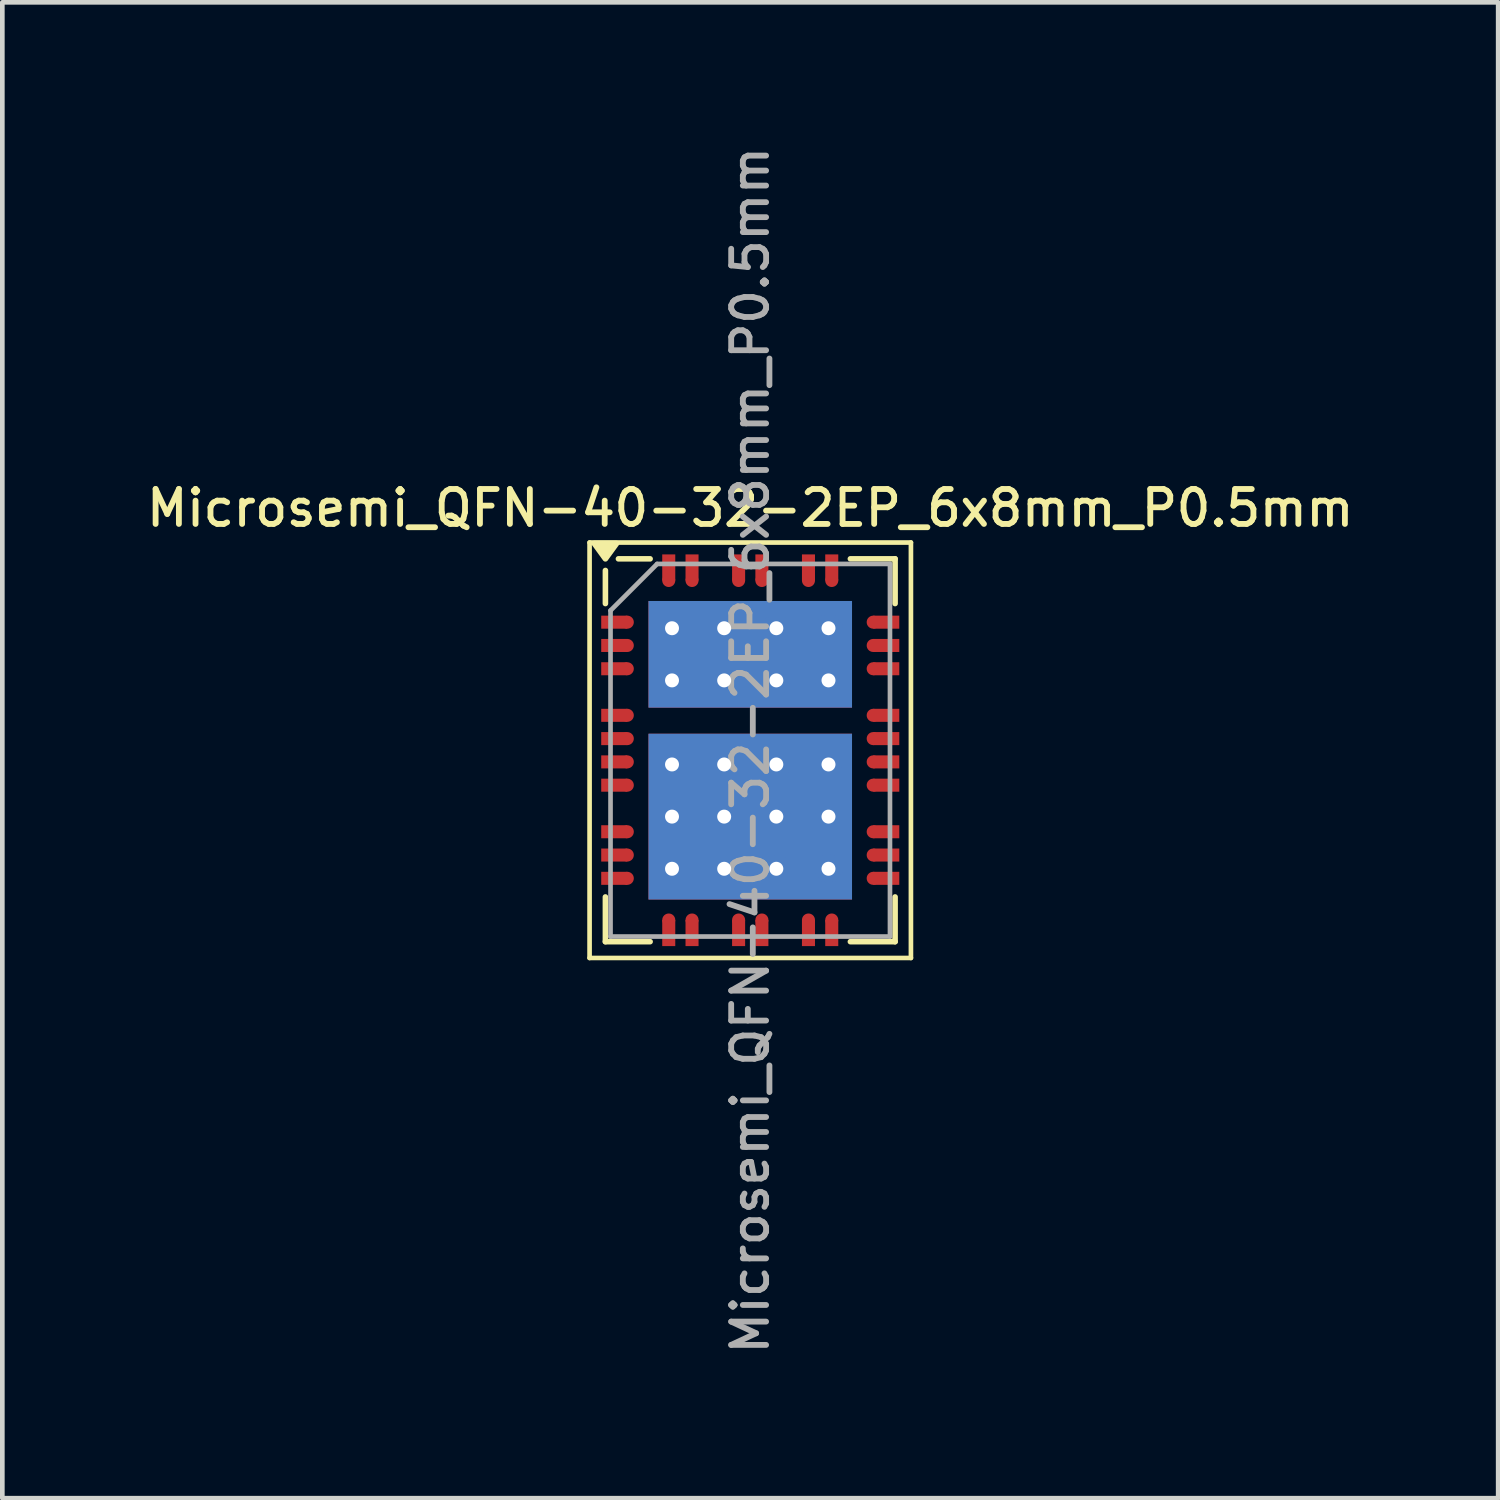
<source format=kicad_pcb>
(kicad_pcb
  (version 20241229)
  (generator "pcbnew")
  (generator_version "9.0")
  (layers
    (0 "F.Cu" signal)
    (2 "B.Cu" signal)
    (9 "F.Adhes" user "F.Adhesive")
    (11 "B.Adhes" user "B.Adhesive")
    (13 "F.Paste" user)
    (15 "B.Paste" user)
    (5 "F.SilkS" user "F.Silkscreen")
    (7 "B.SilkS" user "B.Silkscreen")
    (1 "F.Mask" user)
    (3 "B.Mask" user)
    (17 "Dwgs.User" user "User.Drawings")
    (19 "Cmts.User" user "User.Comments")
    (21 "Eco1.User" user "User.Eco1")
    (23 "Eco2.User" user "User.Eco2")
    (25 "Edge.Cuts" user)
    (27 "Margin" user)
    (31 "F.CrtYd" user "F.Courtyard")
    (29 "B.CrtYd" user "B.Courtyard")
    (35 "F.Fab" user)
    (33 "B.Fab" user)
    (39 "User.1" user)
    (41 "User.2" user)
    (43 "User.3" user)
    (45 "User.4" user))
  (footprint "Microsemi_QFN-40-32-2EP_6x8mm_P0.5mm"
    (layer "F.Cu")
    (at 13.059 13.059)
    (property "Reference" "Microsemi_QFN-40-32-2EP_6x8mm_P0.5mm" (at 0 -5.2 0) (layer "F.SilkS") (effects (font (size 0.75 0.75) (thickness 0.125))))
    (attr smd)
    (fp_line (start -3.45 -4.46) (end -3.45 4.46) (stroke (width 0.1) (type solid)) (layer "F.SilkS"))
    (fp_line (start -3.45 -4.46) (end 3.45 -4.46) (stroke (width 0.1) (type solid)) (layer "F.SilkS"))
    (fp_line (start -3.45 4.46) (end 3.45 4.46) (stroke (width 0.1) (type solid)) (layer "F.SilkS"))
    (fp_line (start -3.11 -3.86) (end -3.11 -3.15) (stroke (width 0.12) (type solid)) (layer "F.SilkS"))
    (fp_line (start -3.11 4.11) (end -3.11 3.15) (stroke (width 0.12) (type solid)) (layer "F.SilkS"))
    (fp_line (start -3.11 4.11) (end -2.15 4.11) (stroke (width 0.12) (type solid)) (layer "F.SilkS"))
    (fp_line (start -2.15 -4.11) (end -2.83 -4.11) (stroke (width 0.12) (type solid)) (layer "F.SilkS"))
    (fp_line (start 3.11 -4.11) (end 2.15 -4.11) (stroke (width 0.12) (type solid)) (layer "F.SilkS"))
    (fp_line (start 3.11 -4.11) (end 3.11 -3.15) (stroke (width 0.12) (type solid)) (layer "F.SilkS"))
    (fp_line (start 3.11 4.11) (end 2.15 4.11) (stroke (width 0.12) (type solid)) (layer "F.SilkS"))
    (fp_line (start 3.11 4.11) (end 3.11 3.15) (stroke (width 0.12) (type solid)) (layer "F.SilkS"))
    (fp_line (start 3.45 -4.46) (end 3.45 4.46) (stroke (width 0.1) (type solid)) (layer "F.SilkS"))
    (fp_poly (pts (xy -3.11 -4.11) (xy -3.35 -4.44) (xy -2.87 -4.44) (xy -3.11 -4.11)) (stroke (width 0.12) (type solid)) (fill yes) (layer "F.SilkS"))
    (fp_line (start -3 -3) (end -2 -4) (stroke (width 0.1) (type solid)) (layer "F.Fab"))
    (fp_line (start -3 4) (end -3 -3) (stroke (width 0.1) (type solid)) (layer "F.Fab"))
    (fp_line (start -2 -4) (end 3 -4) (stroke (width 0.1) (type solid)) (layer "F.Fab"))
    (fp_line (start 3 -4) (end 3 4) (stroke (width 0.1) (type solid)) (layer "F.Fab"))
    (fp_line (start 3 4) (end -3 4) (stroke (width 0.1) (type solid)) (layer "F.Fab"))
    (fp_text user "${REFERENCE}" (at 0 0 90) (layer "F.Fab") (effects (font (size 0.75 0.75) (thickness 0.125))))
    (pad "" smd rect (at -1.04 -2.06) (size 1.68 1.68) (layers "F.Paste"))
    (pad "" smd rect (at -1.04 1.425) (size 1.68 2.95) (layers "F.Paste"))
    (pad "" smd rect (at 1.04 -2.06) (size 1.68 1.68) (layers "F.Paste"))
    (pad "" smd rect (at 1.04 1.425) (size 1.68 2.95) (layers "F.Paste"))
    (pad "1" smd rect (at -2.92 -2.75) (size 0.56 0.28) (layers "F.Cu" "F.Mask" "F.Paste"))
    (pad "1" smd circle (at -2.64 -2.75) (size 0.28 0.28) (layers "F.Cu" "F.Mask" "F.Paste"))
    (pad "2" smd rect (at -2.92 -2.25) (size 0.56 0.28) (layers "F.Cu" "F.Mask" "F.Paste"))
    (pad "2" smd circle (at -2.64 -2.25) (size 0.28 0.28) (layers "F.Cu" "F.Mask" "F.Paste"))
    (pad "3" smd rect (at -2.92 -1.75) (size 0.56 0.28) (layers "F.Cu" "F.Mask" "F.Paste"))
    (pad "3" smd circle (at -2.64 -1.75) (size 0.28 0.28) (layers "F.Cu" "F.Mask" "F.Paste"))
    (pad "4" smd rect (at -2.92 -0.75) (size 0.56 0.28) (layers "F.Cu" "F.Mask" "F.Paste"))
    (pad "4" smd circle (at -2.64 -0.75) (size 0.28 0.28) (layers "F.Cu" "F.Mask" "F.Paste"))
    (pad "5" smd rect (at -2.92 -0.25) (size 0.56 0.28) (layers "F.Cu" "F.Mask" "F.Paste"))
    (pad "5" smd circle (at -2.64 -0.25) (size 0.28 0.28) (layers "F.Cu" "F.Mask" "F.Paste"))
    (pad "6" smd rect (at -2.92 0.25) (size 0.56 0.28) (layers "F.Cu" "F.Mask" "F.Paste"))
    (pad "6" smd circle (at -2.64 0.25) (size 0.28 0.28) (layers "F.Cu" "F.Mask" "F.Paste"))
    (pad "7" smd rect (at -2.92 0.75) (size 0.56 0.28) (layers "F.Cu" "F.Mask" "F.Paste"))
    (pad "7" smd circle (at -2.64 0.75) (size 0.28 0.28) (layers "F.Cu" "F.Mask" "F.Paste"))
    (pad "8" smd rect (at -2.92 1.75) (size 0.56 0.28) (layers "F.Cu" "F.Mask" "F.Paste"))
    (pad "8" smd circle (at -2.64 1.75) (size 0.28 0.28) (layers "F.Cu" "F.Mask" "F.Paste"))
    (pad "9" smd rect (at -2.92 2.25) (size 0.56 0.28) (layers "F.Cu" "F.Mask" "F.Paste"))
    (pad "9" smd circle (at -2.64 2.25) (size 0.28 0.28) (layers "F.Cu" "F.Mask" "F.Paste"))
    (pad "10" smd rect (at -2.92 2.75) (size 0.56 0.28) (layers "F.Cu" "F.Mask" "F.Paste"))
    (pad "10" smd circle (at -2.64 2.75) (size 0.28 0.28) (layers "F.Cu" "F.Mask" "F.Paste"))
    (pad "11" smd circle (at -1.75 3.645) (size 0.28 0.28) (layers "F.Cu" "F.Mask" "F.Paste"))
    (pad "11" smd rect (at -1.75 3.925) (size 0.28 0.56) (layers "F.Cu" "F.Mask" "F.Paste"))
    (pad "12" smd circle (at -1.25 3.645) (size 0.28 0.28) (layers "F.Cu" "F.Mask" "F.Paste"))
    (pad "12" smd rect (at -1.25 3.925) (size 0.28 0.56) (layers "F.Cu" "F.Mask" "F.Paste"))
    (pad "13" smd circle (at -0.25 3.645) (size 0.28 0.28) (layers "F.Cu" "F.Mask" "F.Paste"))
    (pad "13" smd rect (at -0.25 3.925) (size 0.28 0.56) (layers "F.Cu" "F.Mask" "F.Paste"))
    (pad "14" smd circle (at 0.25 3.645) (size 0.28 0.28) (layers "F.Cu" "F.Mask" "F.Paste"))
    (pad "14" smd rect (at 0.25 3.925) (size 0.28 0.56) (layers "F.Cu" "F.Mask" "F.Paste"))
    (pad "15" smd circle (at 1.25 3.645) (size 0.28 0.28) (layers "F.Cu" "F.Mask" "F.Paste"))
    (pad "15" smd rect (at 1.25 3.925) (size 0.28 0.56) (layers "F.Cu" "F.Mask" "F.Paste"))
    (pad "16" smd circle (at 1.75 3.645) (size 0.28 0.28) (layers "F.Cu" "F.Mask" "F.Paste"))
    (pad "16" smd rect (at 1.75 3.925) (size 0.28 0.56) (layers "F.Cu" "F.Mask" "F.Paste"))
    (pad "17" smd circle (at 2.64 2.75) (size 0.28 0.28) (layers "F.Cu" "F.Mask" "F.Paste"))
    (pad "17" smd rect (at 2.92 2.75) (size 0.56 0.28) (layers "F.Cu" "F.Mask" "F.Paste"))
    (pad "18" smd circle (at 2.64 2.25) (size 0.28 0.28) (layers "F.Cu" "F.Mask" "F.Paste"))
    (pad "18" smd rect (at 2.92 2.25) (size 0.56 0.28) (layers "F.Cu" "F.Mask" "F.Paste"))
    (pad "19" smd circle (at 2.64 1.75) (size 0.28 0.28) (layers "F.Cu" "F.Mask" "F.Paste"))
    (pad "19" smd rect (at 2.92 1.75) (size 0.56 0.28) (layers "F.Cu" "F.Mask" "F.Paste"))
    (pad "20" smd circle (at 2.64 0.75) (size 0.28 0.28) (layers "F.Cu" "F.Mask" "F.Paste"))
    (pad "20" smd rect (at 2.92 0.75) (size 0.56 0.28) (layers "F.Cu" "F.Mask" "F.Paste"))
    (pad "21" smd circle (at 2.64 0.25) (size 0.28 0.28) (layers "F.Cu" "F.Mask" "F.Paste"))
    (pad "21" smd rect (at 2.92 0.25) (size 0.56 0.28) (layers "F.Cu" "F.Mask" "F.Paste"))
    (pad "22" smd circle (at 2.64 -0.25) (size 0.28 0.28) (layers "F.Cu" "F.Mask" "F.Paste"))
    (pad "22" smd rect (at 2.92 -0.25) (size 0.56 0.28) (layers "F.Cu" "F.Mask" "F.Paste"))
    (pad "23" smd circle (at 2.64 -0.75) (size 0.28 0.28) (layers "F.Cu" "F.Mask" "F.Paste"))
    (pad "23" smd rect (at 2.92 -0.75) (size 0.56 0.28) (layers "F.Cu" "F.Mask" "F.Paste"))
    (pad "24" smd circle (at 2.64 -1.75) (size 0.28 0.28) (layers "F.Cu" "F.Mask" "F.Paste"))
    (pad "24" smd rect (at 2.92 -1.75) (size 0.56 0.28) (layers "F.Cu" "F.Mask" "F.Paste"))
    (pad "25" smd circle (at 2.64 -2.25) (size 0.28 0.28) (layers "F.Cu" "F.Mask" "F.Paste"))
    (pad "25" smd rect (at 2.92 -2.25) (size 0.56 0.28) (layers "F.Cu" "F.Mask" "F.Paste"))
    (pad "26" smd circle (at 2.64 -2.75) (size 0.28 0.28) (layers "F.Cu" "F.Mask" "F.Paste"))
    (pad "26" smd rect (at 2.92 -2.75) (size 0.56 0.28) (layers "F.Cu" "F.Mask" "F.Paste"))
    (pad "27" smd rect (at 1.75 -3.925) (size 0.28 0.56) (layers "F.Cu" "F.Mask" "F.Paste"))
    (pad "27" smd circle (at 1.75 -3.645) (size 0.28 0.28) (layers "F.Cu" "F.Mask" "F.Paste"))
    (pad "28" smd rect (at 1.25 -3.925) (size 0.28 0.56) (layers "F.Cu" "F.Mask" "F.Paste"))
    (pad "28" smd circle (at 1.25 -3.645) (size 0.28 0.28) (layers "F.Cu" "F.Mask" "F.Paste"))
    (pad "29" smd rect (at 0.25 -3.925) (size 0.28 0.56) (layers "F.Cu" "F.Mask" "F.Paste"))
    (pad "29" smd circle (at 0.25 -3.645) (size 0.28 0.28) (layers "F.Cu" "F.Mask" "F.Paste"))
    (pad "30" smd rect (at -0.25 -3.925) (size 0.28 0.56) (layers "F.Cu" "F.Mask" "F.Paste"))
    (pad "30" smd circle (at -0.25 -3.645) (size 0.28 0.28) (layers "F.Cu" "F.Mask" "F.Paste"))
    (pad "31" smd rect (at -1.25 -3.925) (size 0.28 0.56) (layers "F.Cu" "F.Mask" "F.Paste"))
    (pad "31" smd circle (at -1.25 -3.645) (size 0.28 0.28) (layers "F.Cu" "F.Mask" "F.Paste"))
    (pad "32" smd rect (at -1.75 -3.925) (size 0.28 0.56) (layers "F.Cu" "F.Mask" "F.Paste"))
    (pad "32" smd circle (at -1.75 -3.645) (size 0.28 0.28) (layers "F.Cu" "F.Mask" "F.Paste"))
    (pad "33" thru_hole circle (at -1.68 -2.62) (size 0.6 0.6) (drill 0.3) (layers "*.Cu" "*.Mask"))
    (pad "33" thru_hole circle (at -1.68 -1.5) (size 0.6 0.6) (drill 0.3) (layers "*.Cu" "*.Mask"))
    (pad "33" thru_hole circle (at -0.56 -2.62) (size 0.6 0.6) (drill 0.3) (layers "*.Cu" "*.Mask"))
    (pad "33" thru_hole circle (at -0.56 -1.5) (size 0.6 0.6) (drill 0.3) (layers "*.Cu" "*.Mask"))
    (pad "33" smd rect (at 0 -2.06) (size 4.37 2.29) (layers "F.Cu" "F.Mask"))
    (pad "33" smd rect (at 0 -2.06) (size 4.37 2.29) (layers "B.Cu" "B.Mask"))
    (pad "33" thru_hole circle (at 0.56 -2.62) (size 0.6 0.6) (drill 0.3) (layers "*.Cu" "*.Mask"))
    (pad "33" thru_hole circle (at 0.56 -1.5) (size 0.6 0.6) (drill 0.3) (layers "*.Cu" "*.Mask"))
    (pad "33" thru_hole circle (at 1.68 -2.62) (size 0.6 0.6) (drill 0.3) (layers "*.Cu" "*.Mask"))
    (pad "33" thru_hole circle (at 1.68 -1.5) (size 0.6 0.6) (drill 0.3) (layers "*.Cu" "*.Mask"))
    (pad "34" thru_hole circle (at -1.68 0.305) (size 0.6 0.6) (drill 0.3) (layers "*.Cu" "*.Mask"))
    (pad "34" thru_hole circle (at -1.68 1.425) (size 0.6 0.6) (drill 0.3) (layers "*.Cu" "*.Mask"))
    (pad "34" thru_hole circle (at -1.68 2.545) (size 0.6 0.6) (drill 0.3) (layers "*.Cu" "*.Mask"))
    (pad "34" thru_hole circle (at -0.56 0.305) (size 0.6 0.6) (drill 0.3) (layers "*.Cu" "*.Mask"))
    (pad "34" thru_hole circle (at -0.56 1.425) (size 0.6 0.6) (drill 0.3) (layers "*.Cu" "*.Mask"))
    (pad "34" thru_hole circle (at -0.56 2.545) (size 0.6 0.6) (drill 0.3) (layers "*.Cu" "*.Mask"))
    (pad "34" smd rect (at 0 1.425) (size 4.37 3.56) (layers "F.Cu" "F.Mask"))
    (pad "34" smd rect (at 0 1.425) (size 4.37 3.56) (layers "B.Cu" "B.Mask"))
    (pad "34" thru_hole circle (at 0.56 0.305) (size 0.6 0.6) (drill 0.3) (layers "*.Cu" "*.Mask"))
    (pad "34" thru_hole circle (at 0.56 1.425) (size 0.6 0.6) (drill 0.3) (layers "*.Cu" "*.Mask"))
    (pad "34" thru_hole circle (at 0.56 2.545) (size 0.6 0.6) (drill 0.3) (layers "*.Cu" "*.Mask"))
    (pad "34" thru_hole circle (at 1.68 0.305) (size 0.6 0.6) (drill 0.3) (layers "*.Cu" "*.Mask"))
    (pad "34" thru_hole circle (at 1.68 1.425) (size 0.6 0.6) (drill 0.3) (layers "*.Cu" "*.Mask"))
    (pad "34" thru_hole circle (at 1.68 2.545) (size 0.6 0.6) (drill 0.3) (layers "*.Cu" "*.Mask")))
  (gr_rect
    (start -3 -3)
    (end 29.118 29.118)
    (stroke (width 0.1) (type default))
    (fill no)
    (layer "Edge.Cuts")))
</source>
